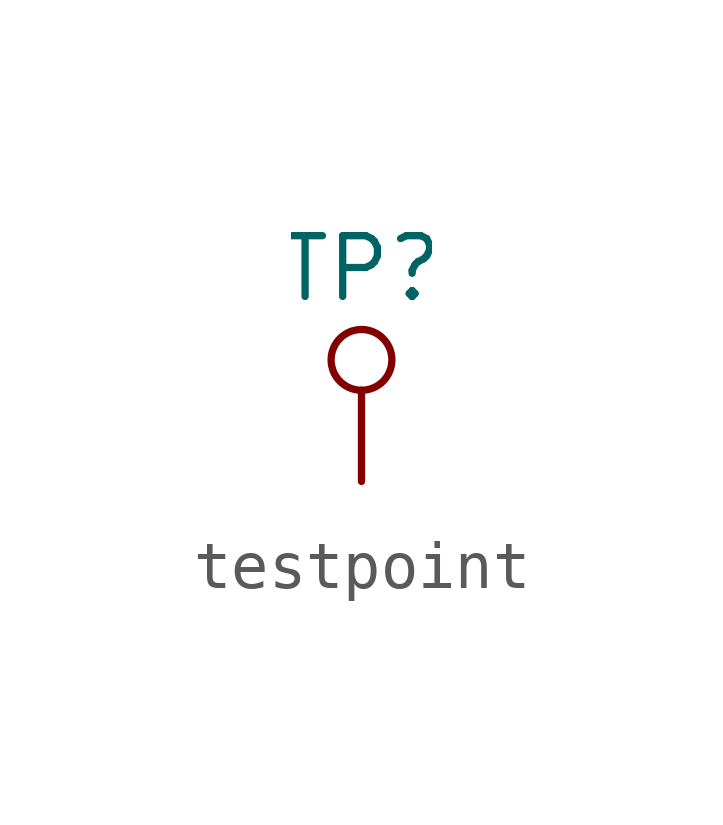
<source format=kicad_sym>
(kicad_symbol_lib
  (version 20231120)
  (generator "kicad_symbol_editor")
  (generator_version "8.0")
  (symbol "testpoint"
    (pin_numbers hide)
    (pin_names
      (offset 1.016) hide)
    (property "Reference" "TP"
      (at 0 1.905 0)
      (effects (font (size 1.27 1.27))))
    (symbol "testpoint_0_1"
      (circle (center 0 0) (radius 0.635) (stroke (width 0) (type solid)) (fill (type none))))
    (symbol "testpoint_1_1"
      (pin passive line (at 0 -2.54 90) (length 1.905) (name "TP" (effects (font (size 1.27 1.27)))) (number "1" (effects (font (size 1.27 1.27))))))))
</source>
